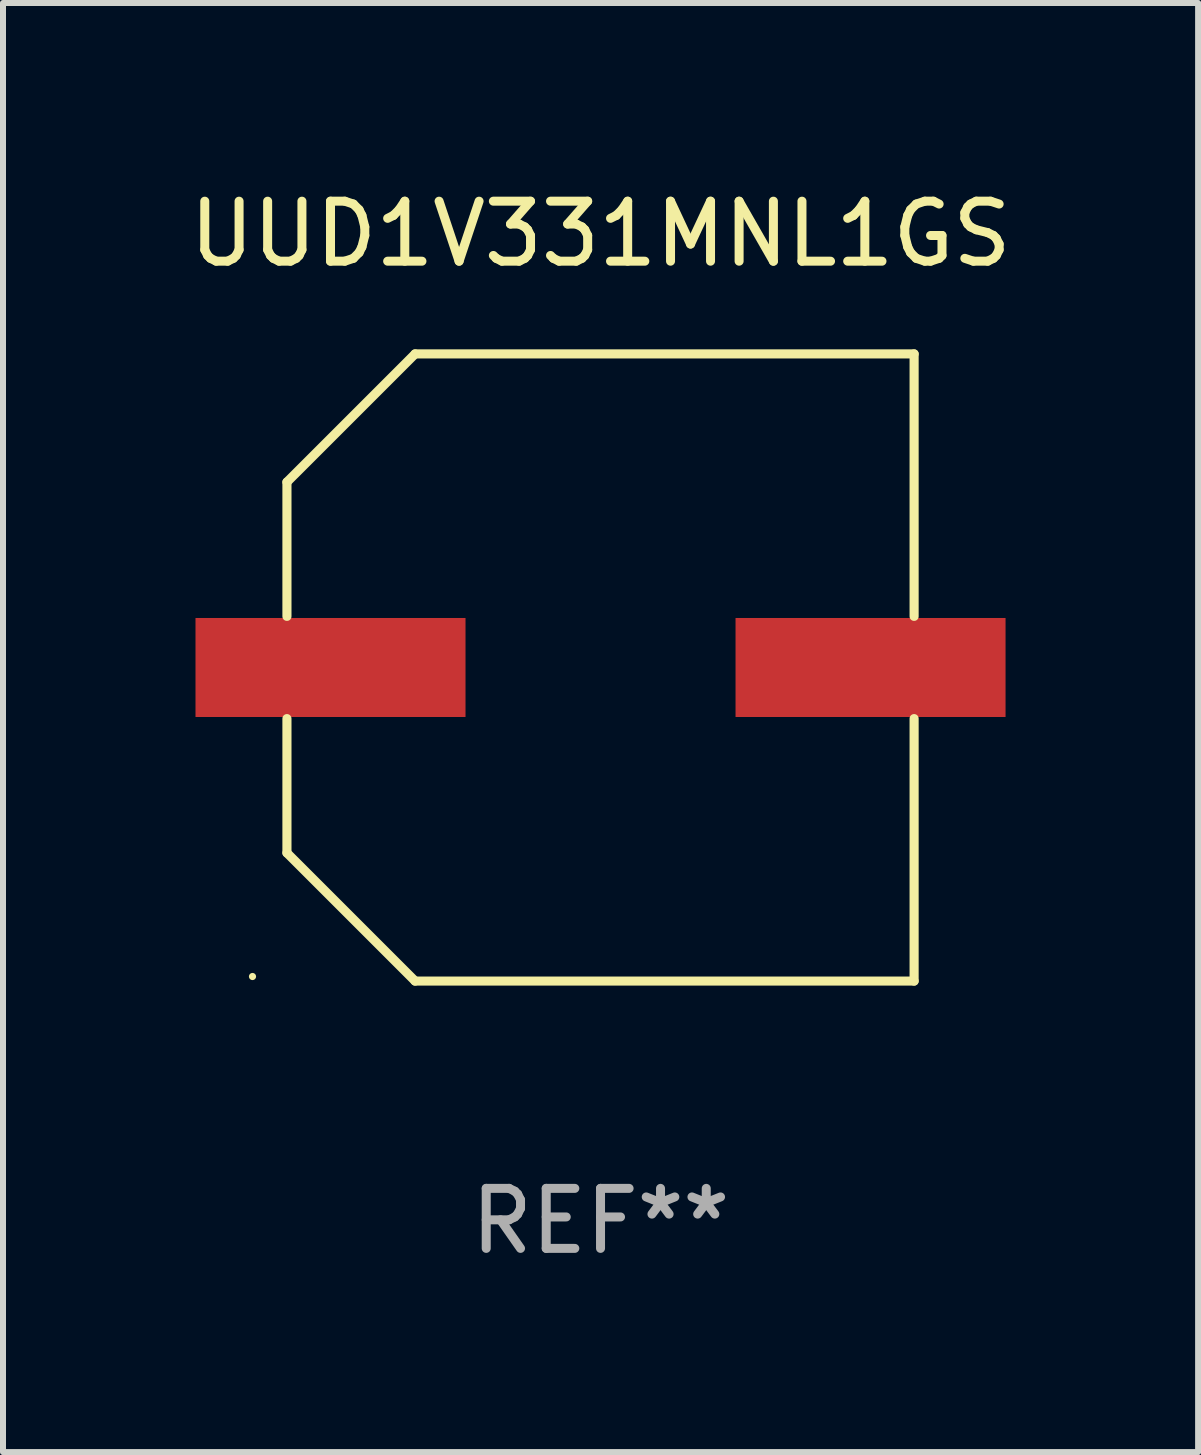
<source format=kicad_pcb>
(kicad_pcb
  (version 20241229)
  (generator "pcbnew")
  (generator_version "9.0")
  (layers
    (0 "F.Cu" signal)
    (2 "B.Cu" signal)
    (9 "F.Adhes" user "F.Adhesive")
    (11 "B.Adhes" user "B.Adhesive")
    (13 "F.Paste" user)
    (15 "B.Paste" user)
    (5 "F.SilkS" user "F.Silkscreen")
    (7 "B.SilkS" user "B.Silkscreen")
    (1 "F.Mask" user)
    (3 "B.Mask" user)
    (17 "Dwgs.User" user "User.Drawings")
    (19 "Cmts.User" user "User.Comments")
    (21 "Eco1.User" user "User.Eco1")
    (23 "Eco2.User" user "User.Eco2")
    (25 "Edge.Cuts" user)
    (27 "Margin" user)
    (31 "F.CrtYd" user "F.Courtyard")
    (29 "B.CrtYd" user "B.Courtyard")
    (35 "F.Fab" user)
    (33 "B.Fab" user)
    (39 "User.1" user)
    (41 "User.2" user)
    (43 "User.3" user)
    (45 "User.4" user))
  (footprint "UUD1V331MNL1GS"
    (layer "F.Cu")
    (at 6.958 8.074)
    (property "Reference" "UUD1V331MNL1GS" (at 0 -7.226 0) (layer "F.SilkS") (effects (font (size 1 1) (thickness 0.15))))
    (attr through_hole)
    (fp_line (start -5.226 -3.09) (end -5.226 -0.852) (stroke (width 0.152) (type solid)) (layer "F.SilkS"))
    (fp_line (start -5.226 3.09) (end -5.226 0.852) (stroke (width 0.152) (type solid)) (layer "F.SilkS"))
    (fp_line (start -3.09 -5.226) (end -5.226 -3.09) (stroke (width 0.152) (type solid)) (layer "F.SilkS"))
    (fp_line (start -3.09 5.226) (end -5.226 3.09) (stroke (width 0.152) (type solid)) (layer "F.SilkS"))
    (fp_line (start 5.226 -5.226) (end -3.09 -5.226) (stroke (width 0.152) (type solid)) (layer "F.SilkS"))
    (fp_line (start 5.226 -0.852) (end 5.226 -5.226) (stroke (width 0.152) (type solid)) (layer "F.SilkS"))
    (fp_line (start 5.226 0.852) (end 5.226 5.226) (stroke (width 0.152) (type solid)) (layer "F.SilkS"))
    (fp_line (start 5.226 5.226) (end -3.09 5.226) (stroke (width 0.152) (type solid)) (layer "F.SilkS"))
    (fp_circle (center -5.8 5.15) (end -5.77 5.15) (stroke (width 0.06) (type solid)) (fill no) (layer "F.SilkS"))
    (fp_text user "REF**" (at 0 9.226 0) (layer "F.Fab") (effects (font (size 1 1) (thickness 0.15))))
    (pad "1" smd rect (at -4.5 0) (size 4.5 1.65) (layers "F.Cu" "F.Mask" "F.Paste"))
    (pad "2" smd rect (at 4.5 0) (size 4.5 1.65) (layers "F.Cu" "F.Mask" "F.Paste")))
  (gr_rect
    (start -3 -3)
    (end 16.917 21.149)
    (stroke (width 0.1) (type default))
    (fill no)
    (layer "Edge.Cuts")))
</source>
